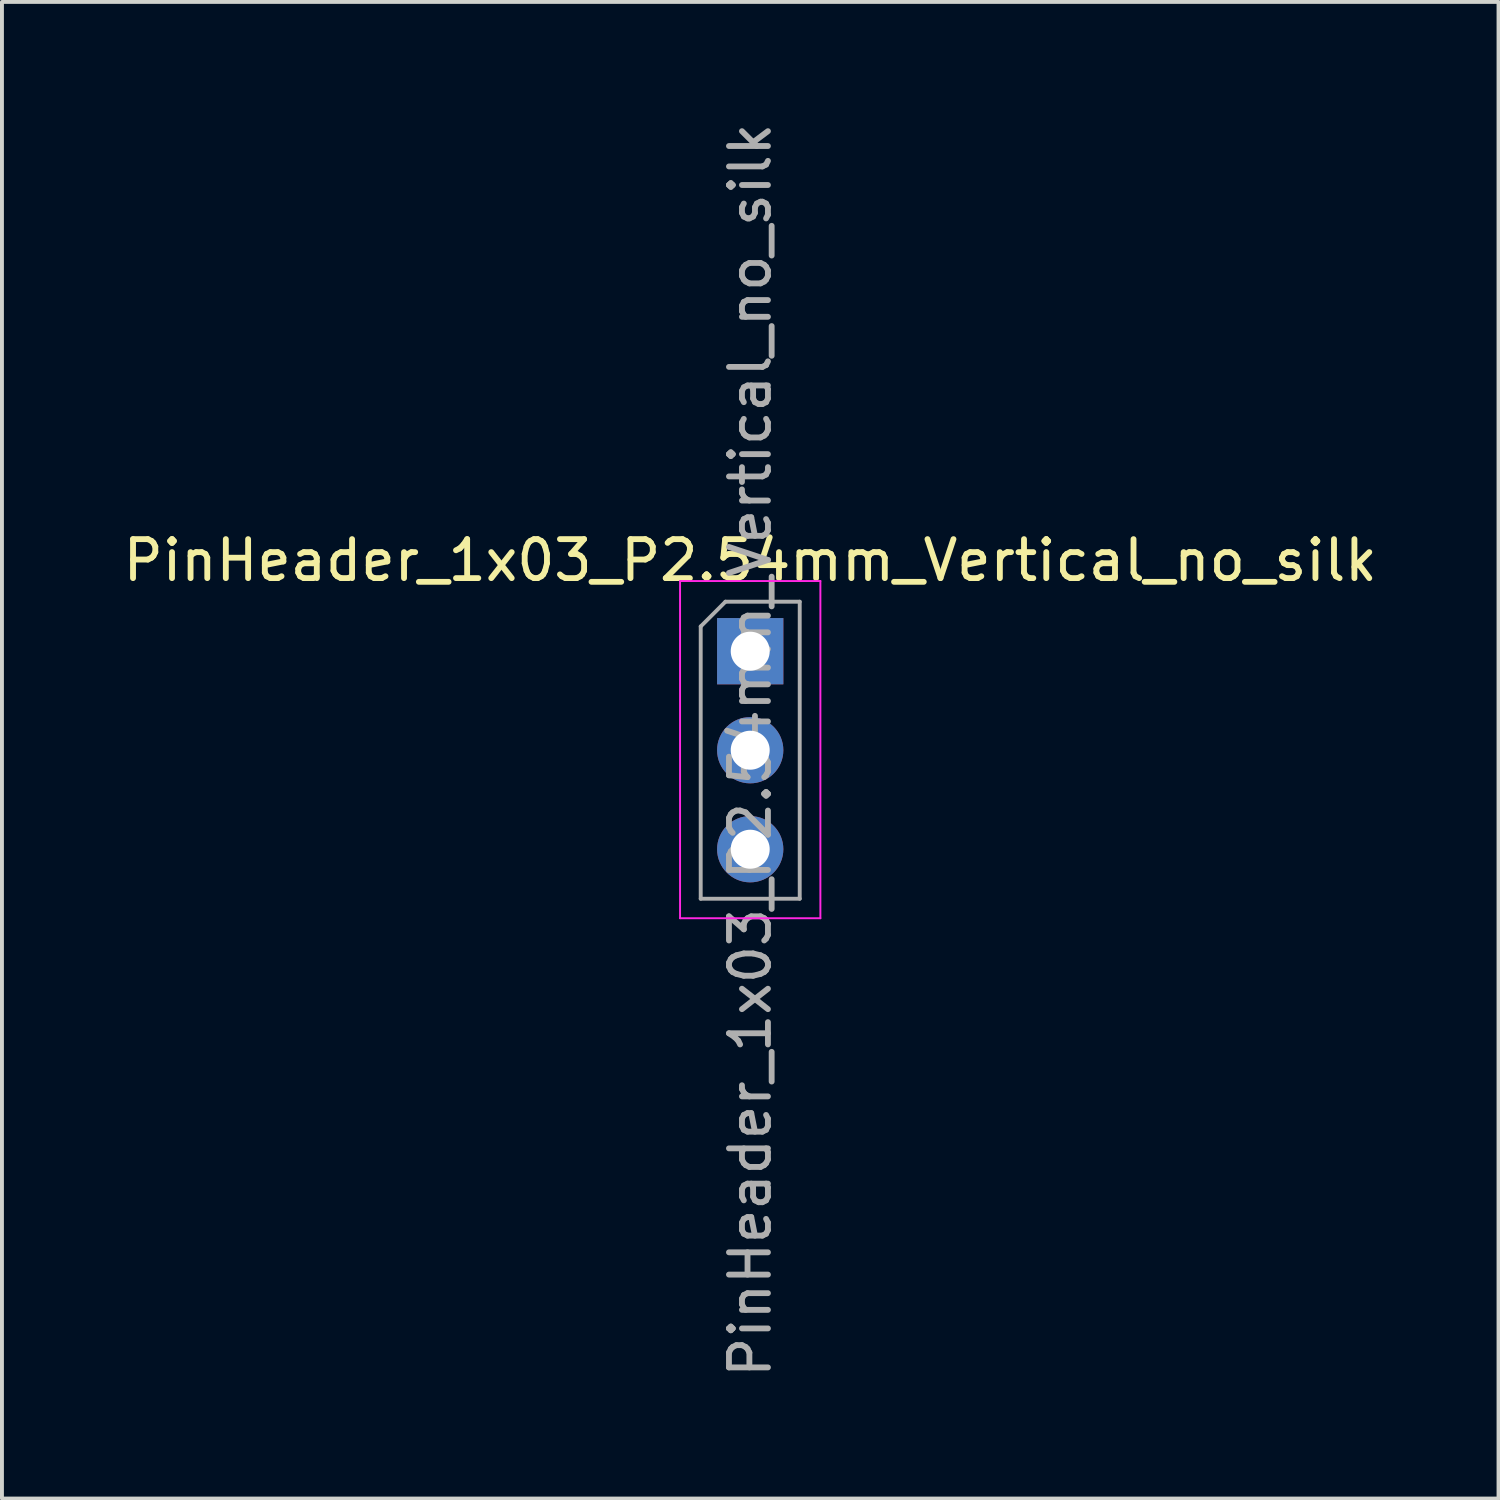
<source format=kicad_pcb>
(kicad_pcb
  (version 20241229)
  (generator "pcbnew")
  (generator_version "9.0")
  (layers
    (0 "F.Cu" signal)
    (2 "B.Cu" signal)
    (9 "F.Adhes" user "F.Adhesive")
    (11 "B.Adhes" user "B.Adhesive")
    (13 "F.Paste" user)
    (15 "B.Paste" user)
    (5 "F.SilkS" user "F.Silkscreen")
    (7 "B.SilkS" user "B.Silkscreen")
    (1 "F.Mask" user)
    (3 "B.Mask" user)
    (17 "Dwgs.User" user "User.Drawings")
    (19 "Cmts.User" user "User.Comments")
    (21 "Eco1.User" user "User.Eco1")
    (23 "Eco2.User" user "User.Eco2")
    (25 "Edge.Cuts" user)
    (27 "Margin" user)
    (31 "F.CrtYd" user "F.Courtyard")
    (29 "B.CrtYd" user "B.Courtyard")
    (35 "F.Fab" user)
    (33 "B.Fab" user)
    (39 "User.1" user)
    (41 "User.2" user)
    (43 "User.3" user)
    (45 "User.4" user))
  (footprint "PinHeader_1x03_P2.54mm_Vertical_no_silk"
    (layer "F.Cu")
    (at 16.196 13.656)
    (property "Reference" "PinHeader_1x03_P2.54mm_Vertical_no_silk" (at 0 -2.33 0) (layer "F.SilkS") (effects (font (size 1 1) (thickness 0.15))))
    (attr through_hole)
    (fp_line (start -1.8 -1.8) (end -1.8 6.85) (stroke (width 0.05) (type solid)) (layer "F.CrtYd"))
    (fp_line (start -1.8 6.85) (end 1.8 6.85) (stroke (width 0.05) (type solid)) (layer "F.CrtYd"))
    (fp_line (start 1.8 -1.8) (end -1.8 -1.8) (stroke (width 0.05) (type solid)) (layer "F.CrtYd"))
    (fp_line (start 1.8 6.85) (end 1.8 -1.8) (stroke (width 0.05) (type solid)) (layer "F.CrtYd"))
    (fp_line (start -1.27 -0.635) (end -0.635 -1.27) (stroke (width 0.1) (type solid)) (layer "F.Fab"))
    (fp_line (start -1.27 6.35) (end -1.27 -0.635) (stroke (width 0.1) (type solid)) (layer "F.Fab"))
    (fp_line (start -0.635 -1.27) (end 1.27 -1.27) (stroke (width 0.1) (type solid)) (layer "F.Fab"))
    (fp_line (start 1.27 -1.27) (end 1.27 6.35) (stroke (width 0.1) (type solid)) (layer "F.Fab"))
    (fp_line (start 1.27 6.35) (end -1.27 6.35) (stroke (width 0.1) (type solid)) (layer "F.Fab"))
    (fp_text user "${REFERENCE}" (at 0 2.54 90) (layer "F.Fab") (effects (font (size 1 1) (thickness 0.15))))
    (pad "1" thru_hole rect (at 0 0) (size 1.7 1.7) (drill 1) (layers "*.Cu" "*.Mask"))
    (pad "2" thru_hole oval (at 0 2.54) (size 1.7 1.7) (drill 1) (layers "*.Cu" "*.Mask"))
    (pad "3" thru_hole oval (at 0 5.08) (size 1.7 1.7) (drill 1) (layers "*.Cu" "*.Mask")))
  (gr_rect
    (start -3 -3)
    (end 35.393 35.393)
    (stroke (width 0.1) (type default))
    (fill no)
    (layer "Edge.Cuts")))
</source>
